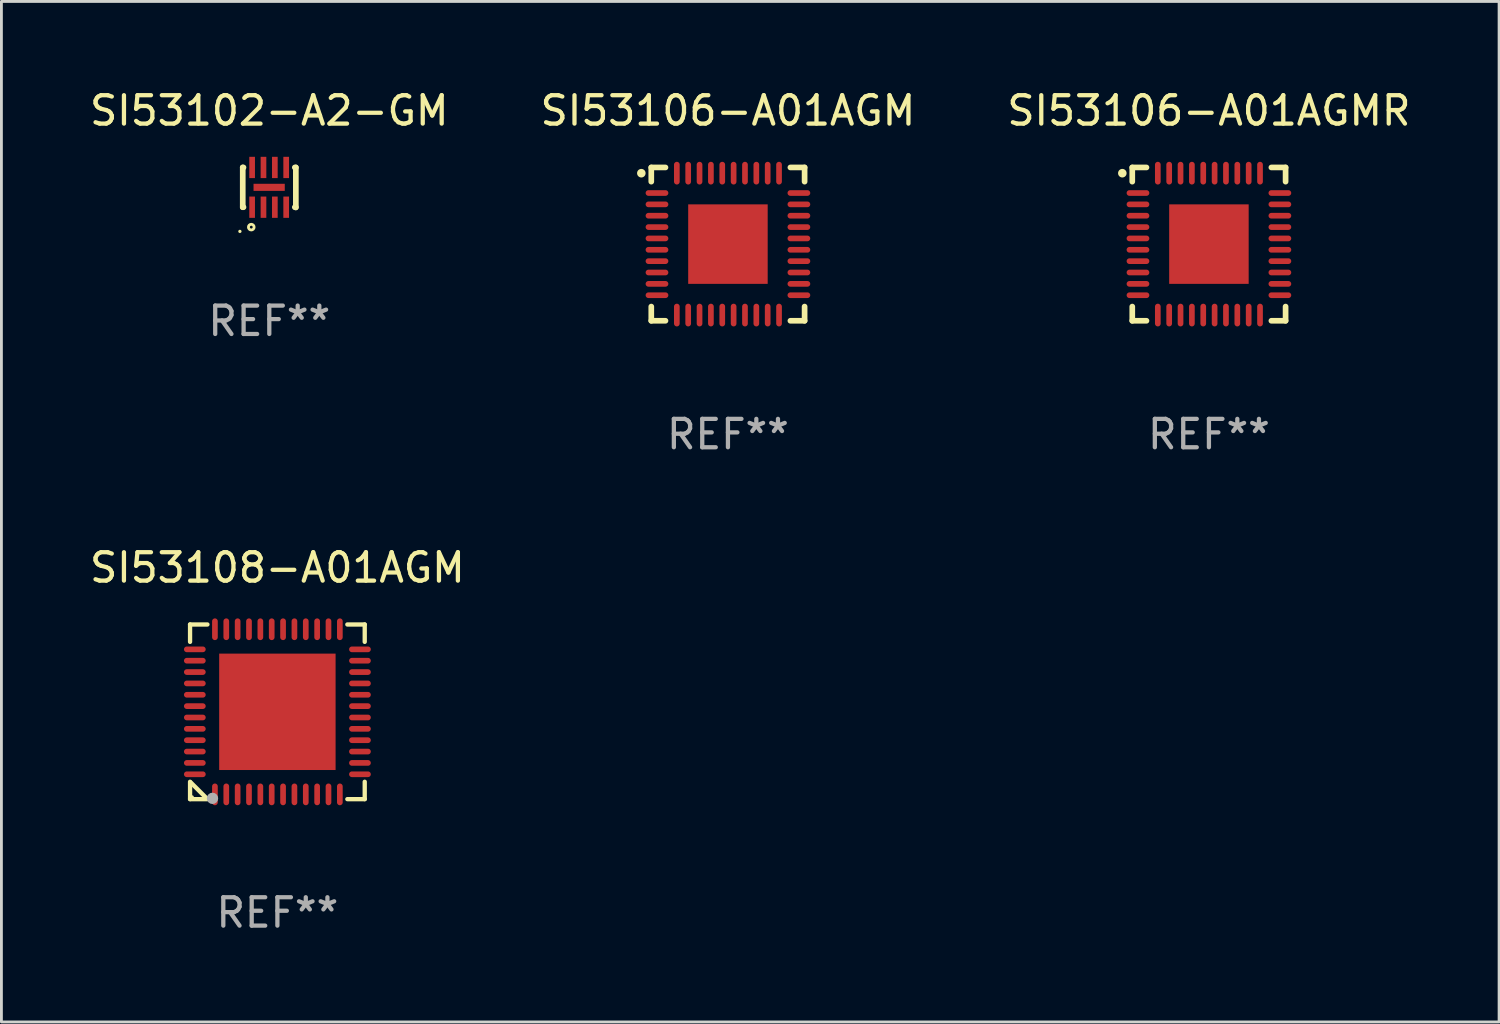
<source format=kicad_pcb>
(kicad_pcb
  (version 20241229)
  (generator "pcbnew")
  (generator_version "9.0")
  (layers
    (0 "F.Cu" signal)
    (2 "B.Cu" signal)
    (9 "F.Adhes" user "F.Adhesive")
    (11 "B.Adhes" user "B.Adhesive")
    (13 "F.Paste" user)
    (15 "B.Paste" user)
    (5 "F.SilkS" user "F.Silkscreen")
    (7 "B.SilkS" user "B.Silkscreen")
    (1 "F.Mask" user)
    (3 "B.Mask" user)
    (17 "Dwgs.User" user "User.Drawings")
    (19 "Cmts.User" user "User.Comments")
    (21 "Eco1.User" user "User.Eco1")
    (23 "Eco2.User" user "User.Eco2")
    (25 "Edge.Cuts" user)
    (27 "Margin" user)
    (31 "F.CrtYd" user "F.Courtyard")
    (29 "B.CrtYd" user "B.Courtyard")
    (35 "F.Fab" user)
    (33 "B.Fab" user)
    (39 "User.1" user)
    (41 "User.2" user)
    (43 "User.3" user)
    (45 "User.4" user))
  (footprint "SI53106-A01AGM"
    (layer "F.Cu")
    (at 22.589 5.548)
    (property "Reference" "SI53106-A01AGM" (at 0 -4.7 0) (layer "F.SilkS") (effects (font (size 1 1) (thickness 0.15))))
    (attr through_hole)
    (fp_line (start -2.7 -2.7) (end -2.2 -2.7) (stroke (width 0.2) (type solid)) (layer "F.SilkS"))
    (fp_line (start -2.7 -2.2) (end -2.7 -2.7) (stroke (width 0.2) (type solid)) (layer "F.SilkS"))
    (fp_line (start -2.7 2.7) (end -2.7 2.2) (stroke (width 0.2) (type solid)) (layer "F.SilkS"))
    (fp_line (start -2.2 2.7) (end -2.7 2.7) (stroke (width 0.2) (type solid)) (layer "F.SilkS"))
    (fp_line (start 2.2 2.7) (end 2.7 2.7) (stroke (width 0.2) (type solid)) (layer "F.SilkS"))
    (fp_line (start 2.7 -2.7) (end 2.2 -2.7) (stroke (width 0.2) (type solid)) (layer "F.SilkS"))
    (fp_line (start 2.7 -2.2) (end 2.7 -2.7) (stroke (width 0.2) (type solid)) (layer "F.SilkS"))
    (fp_line (start 2.7 2.7) (end 2.7 2.2) (stroke (width 0.2) (type solid)) (layer "F.SilkS"))
    (fp_arc (start -3.050546 -2.496825) (mid -3.050551 -2.498095) (end -3.050546 -2.499365) (stroke (width 0.3) (type solid)) (layer "F.SilkS"))
    (fp_text user "REF**" (at 0 6.7 0) (layer "F.Fab") (effects (font (size 1 1) (thickness 0.15))))
    (pad "1" smd oval (at -2.499 -1.8) (size 0.8 0.2) (layers "F.Cu" "F.Mask" "F.Paste"))
    (pad "2" smd oval (at -2.499 -1.4) (size 0.8 0.2) (layers "F.Cu" "F.Mask" "F.Paste"))
    (pad "3" smd oval (at -2.499 -1) (size 0.8 0.2) (layers "F.Cu" "F.Mask" "F.Paste"))
    (pad "4" smd oval (at -2.499 -0.6) (size 0.8 0.2) (layers "F.Cu" "F.Mask" "F.Paste"))
    (pad "5" smd oval (at -2.499 -0.2) (size 0.8 0.2) (layers "F.Cu" "F.Mask" "F.Paste"))
    (pad "6" smd oval (at -2.499 0.2) (size 0.8 0.2) (layers "F.Cu" "F.Mask" "F.Paste"))
    (pad "7" smd oval (at -2.499 0.6) (size 0.8 0.2) (layers "F.Cu" "F.Mask" "F.Paste"))
    (pad "8" smd oval (at -2.499 1) (size 0.8 0.2) (layers "F.Cu" "F.Mask" "F.Paste"))
    (pad "9" smd oval (at -2.499 1.4) (size 0.8 0.2) (layers "F.Cu" "F.Mask" "F.Paste"))
    (pad "10" smd oval (at -2.499 1.8) (size 0.8 0.2) (layers "F.Cu" "F.Mask" "F.Paste"))
    (pad "11" smd oval (at -1.8 2.499) (size 0.2 0.8) (layers "F.Cu" "F.Mask" "F.Paste"))
    (pad "12" smd oval (at -1.4 2.499) (size 0.2 0.8) (layers "F.Cu" "F.Mask" "F.Paste"))
    (pad "13" smd oval (at -1 2.499) (size 0.2 0.8) (layers "F.Cu" "F.Mask" "F.Paste"))
    (pad "14" smd oval (at -0.6 2.499) (size 0.2 0.8) (layers "F.Cu" "F.Mask" "F.Paste"))
    (pad "15" smd oval (at -0.2 2.499) (size 0.2 0.8) (layers "F.Cu" "F.Mask" "F.Paste"))
    (pad "16" smd oval (at 0.2 2.499) (size 0.2 0.8) (layers "F.Cu" "F.Mask" "F.Paste"))
    (pad "17" smd oval (at 0.6 2.499) (size 0.2 0.8) (layers "F.Cu" "F.Mask" "F.Paste"))
    (pad "18" smd oval (at 1 2.499) (size 0.2 0.8) (layers "F.Cu" "F.Mask" "F.Paste"))
    (pad "19" smd oval (at 1.4 2.499) (size 0.2 0.8) (layers "F.Cu" "F.Mask" "F.Paste"))
    (pad "20" smd oval (at 1.8 2.499) (size 0.2 0.8) (layers "F.Cu" "F.Mask" "F.Paste"))
    (pad "21" smd oval (at 2.499 1.8) (size 0.8 0.2) (layers "F.Cu" "F.Mask" "F.Paste"))
    (pad "22" smd oval (at 2.499 1.4) (size 0.8 0.2) (layers "F.Cu" "F.Mask" "F.Paste"))
    (pad "23" smd oval (at 2.499 1) (size 0.8 0.2) (layers "F.Cu" "F.Mask" "F.Paste"))
    (pad "24" smd oval (at 2.499 0.6) (size 0.8 0.2) (layers "F.Cu" "F.Mask" "F.Paste"))
    (pad "25" smd oval (at 2.499 0.2) (size 0.8 0.2) (layers "F.Cu" "F.Mask" "F.Paste"))
    (pad "26" smd oval (at 2.499 -0.2) (size 0.8 0.2) (layers "F.Cu" "F.Mask" "F.Paste"))
    (pad "27" smd oval (at 2.499 -0.6) (size 0.8 0.2) (layers "F.Cu" "F.Mask" "F.Paste"))
    (pad "28" smd oval (at 2.499 -1) (size 0.8 0.2) (layers "F.Cu" "F.Mask" "F.Paste"))
    (pad "29" smd oval (at 2.499 -1.4) (size 0.8 0.2) (layers "F.Cu" "F.Mask" "F.Paste"))
    (pad "30" smd oval (at 2.499 -1.8) (size 0.8 0.2) (layers "F.Cu" "F.Mask" "F.Paste"))
    (pad "31" smd oval (at 1.8 -2.499) (size 0.2 0.8) (layers "F.Cu" "F.Mask" "F.Paste"))
    (pad "32" smd oval (at 1.4 -2.499) (size 0.2 0.8) (layers "F.Cu" "F.Mask" "F.Paste"))
    (pad "33" smd oval (at 1 -2.499) (size 0.2 0.8) (layers "F.Cu" "F.Mask" "F.Paste"))
    (pad "34" smd oval (at 0.6 -2.499) (size 0.2 0.8) (layers "F.Cu" "F.Mask" "F.Paste"))
    (pad "35" smd oval (at 0.2 -2.499) (size 0.2 0.8) (layers "F.Cu" "F.Mask" "F.Paste"))
    (pad "36" smd oval (at -0.2 -2.499) (size 0.2 0.8) (layers "F.Cu" "F.Mask" "F.Paste"))
    (pad "37" smd oval (at -0.6 -2.499) (size 0.2 0.8) (layers "F.Cu" "F.Mask" "F.Paste"))
    (pad "38" smd oval (at -1 -2.499) (size 0.2 0.8) (layers "F.Cu" "F.Mask" "F.Paste"))
    (pad "39" smd oval (at -1.4 -2.499) (size 0.2 0.8) (layers "F.Cu" "F.Mask" "F.Paste"))
    (pad "40" smd oval (at -1.8 -2.499) (size 0.2 0.8) (layers "F.Cu" "F.Mask" "F.Paste"))
    (pad "41" smd rect (at 0 -0.000102 270) (size 2.8 2.8) (layers "F.Cu" "F.Mask" "F.Paste")))
  (footprint "SI53102-A2-GM"
    (layer "F.Cu")
    (at 6.435 3.553)
    (property "Reference" "SI53102-A2-GM" (at 0 -2.705 0) (layer "F.SilkS") (effects (font (size 1 1) (thickness 0.15))))
    (attr through_hole)
    (fp_line (start -0.935 -0.705) (end -0.935 0.695) (stroke (width 0.2) (type solid)) (layer "F.SilkS"))
    (fp_line (start -0.935 -0.705) (end -0.909 -0.705) (stroke (width 0.2) (type solid)) (layer "F.SilkS"))
    (fp_line (start -0.935 0.695) (end -0.909 0.695) (stroke (width 0.2) (type solid)) (layer "F.SilkS"))
    (fp_line (start 0.899 -0.705) (end 0.935 -0.705) (stroke (width 0.2) (type solid)) (layer "F.SilkS"))
    (fp_line (start 0.899 0.695) (end 0.935 0.695) (stroke (width 0.2) (type solid)) (layer "F.SilkS"))
    (fp_line (start 0.935 -0.705) (end 0.935 0.705) (stroke (width 0.2) (type solid)) (layer "F.SilkS"))
    (fp_circle (center -1.035 1.547) (end -1.005 1.547) (stroke (width 0.06) (type solid)) (fill no) (layer "F.SilkS"))
    (fp_circle (center -0.635 1.397) (end -0.535 1.397) (stroke (width 0.1) (type solid)) (fill no) (layer "F.SilkS"))
    (fp_text user "REF**" (at 0 4.705 0) (layer "F.Fab") (effects (font (size 1 1) (thickness 0.15))))
    (pad "1" smd rect (at -0.605 0.695 90) (size 0.75 0.2) (layers "F.Cu" "F.Mask" "F.Paste"))
    (pad "2" smd rect (at -0.205 0.695 90) (size 0.75 0.2) (layers "F.Cu" "F.Mask" "F.Paste"))
    (pad "3" smd rect (at 0.195 0.695 90) (size 0.75 0.2) (layers "F.Cu" "F.Mask" "F.Paste"))
    (pad "4" smd rect (at 0.595 0.695 90) (size 0.75 0.2) (layers "F.Cu" "F.Mask" "F.Paste"))
    (pad "5" smd rect (at 0.595 -0.705 90) (size 0.75 0.2) (layers "F.Cu" "F.Mask" "F.Paste"))
    (pad "6" smd rect (at 0.195 -0.705 90) (size 0.75 0.2) (layers "F.Cu" "F.Mask" "F.Paste"))
    (pad "7" smd rect (at -0.205 -0.705 90) (size 0.75 0.2) (layers "F.Cu" "F.Mask" "F.Paste"))
    (pad "8" smd rect (at -0.605 -0.705 90) (size 0.75 0.2) (layers "F.Cu" "F.Mask" "F.Paste"))
    (pad "9" smd rect (at -0.005 -0.005 90) (size 0.25 1.1) (layers "F.Cu" "F.Mask" "F.Paste")))
  (footprint "SI53106-A01AGMR"
    (layer "F.Cu")
    (at 39.53 5.548)
    (property "Reference" "SI53106-A01AGMR" (at 0 -4.7 0) (layer "F.SilkS") (effects (font (size 1 1) (thickness 0.15))))
    (attr through_hole)
    (fp_line (start -2.7 -2.7) (end -2.2 -2.7) (stroke (width 0.2) (type solid)) (layer "F.SilkS"))
    (fp_line (start -2.7 -2.2) (end -2.7 -2.7) (stroke (width 0.2) (type solid)) (layer "F.SilkS"))
    (fp_line (start -2.7 2.7) (end -2.7 2.2) (stroke (width 0.2) (type solid)) (layer "F.SilkS"))
    (fp_line (start -2.2 2.7) (end -2.7 2.7) (stroke (width 0.2) (type solid)) (layer "F.SilkS"))
    (fp_line (start 2.2 2.7) (end 2.7 2.7) (stroke (width 0.2) (type solid)) (layer "F.SilkS"))
    (fp_line (start 2.7 -2.7) (end 2.2 -2.7) (stroke (width 0.2) (type solid)) (layer "F.SilkS"))
    (fp_line (start 2.7 -2.2) (end 2.7 -2.7) (stroke (width 0.2) (type solid)) (layer "F.SilkS"))
    (fp_line (start 2.7 2.7) (end 2.7 2.2) (stroke (width 0.2) (type solid)) (layer "F.SilkS"))
    (fp_arc (start -3.050546 -2.496825) (mid -3.050551 -2.498095) (end -3.050546 -2.499365) (stroke (width 0.3) (type solid)) (layer "F.SilkS"))
    (fp_text user "REF**" (at 0 6.7 0) (layer "F.Fab") (effects (font (size 1 1) (thickness 0.15))))
    (pad "1" smd oval (at -2.499 -1.8) (size 0.8 0.2) (layers "F.Cu" "F.Mask" "F.Paste"))
    (pad "2" smd oval (at -2.499 -1.4) (size 0.8 0.2) (layers "F.Cu" "F.Mask" "F.Paste"))
    (pad "3" smd oval (at -2.499 -1) (size 0.8 0.2) (layers "F.Cu" "F.Mask" "F.Paste"))
    (pad "4" smd oval (at -2.499 -0.6) (size 0.8 0.2) (layers "F.Cu" "F.Mask" "F.Paste"))
    (pad "5" smd oval (at -2.499 -0.2) (size 0.8 0.2) (layers "F.Cu" "F.Mask" "F.Paste"))
    (pad "6" smd oval (at -2.499 0.2) (size 0.8 0.2) (layers "F.Cu" "F.Mask" "F.Paste"))
    (pad "7" smd oval (at -2.499 0.6) (size 0.8 0.2) (layers "F.Cu" "F.Mask" "F.Paste"))
    (pad "8" smd oval (at -2.499 1) (size 0.8 0.2) (layers "F.Cu" "F.Mask" "F.Paste"))
    (pad "9" smd oval (at -2.499 1.4) (size 0.8 0.2) (layers "F.Cu" "F.Mask" "F.Paste"))
    (pad "10" smd oval (at -2.499 1.8) (size 0.8 0.2) (layers "F.Cu" "F.Mask" "F.Paste"))
    (pad "11" smd oval (at -1.8 2.499) (size 0.2 0.8) (layers "F.Cu" "F.Mask" "F.Paste"))
    (pad "12" smd oval (at -1.4 2.499) (size 0.2 0.8) (layers "F.Cu" "F.Mask" "F.Paste"))
    (pad "13" smd oval (at -1 2.499) (size 0.2 0.8) (layers "F.Cu" "F.Mask" "F.Paste"))
    (pad "14" smd oval (at -0.6 2.499) (size 0.2 0.8) (layers "F.Cu" "F.Mask" "F.Paste"))
    (pad "15" smd oval (at -0.2 2.499) (size 0.2 0.8) (layers "F.Cu" "F.Mask" "F.Paste"))
    (pad "16" smd oval (at 0.2 2.499) (size 0.2 0.8) (layers "F.Cu" "F.Mask" "F.Paste"))
    (pad "17" smd oval (at 0.6 2.499) (size 0.2 0.8) (layers "F.Cu" "F.Mask" "F.Paste"))
    (pad "18" smd oval (at 1 2.499) (size 0.2 0.8) (layers "F.Cu" "F.Mask" "F.Paste"))
    (pad "19" smd oval (at 1.4 2.499) (size 0.2 0.8) (layers "F.Cu" "F.Mask" "F.Paste"))
    (pad "20" smd oval (at 1.8 2.499) (size 0.2 0.8) (layers "F.Cu" "F.Mask" "F.Paste"))
    (pad "21" smd oval (at 2.499 1.8) (size 0.8 0.2) (layers "F.Cu" "F.Mask" "F.Paste"))
    (pad "22" smd oval (at 2.499 1.4) (size 0.8 0.2) (layers "F.Cu" "F.Mask" "F.Paste"))
    (pad "23" smd oval (at 2.499 1) (size 0.8 0.2) (layers "F.Cu" "F.Mask" "F.Paste"))
    (pad "24" smd oval (at 2.499 0.6) (size 0.8 0.2) (layers "F.Cu" "F.Mask" "F.Paste"))
    (pad "25" smd oval (at 2.499 0.2) (size 0.8 0.2) (layers "F.Cu" "F.Mask" "F.Paste"))
    (pad "26" smd oval (at 2.499 -0.2) (size 0.8 0.2) (layers "F.Cu" "F.Mask" "F.Paste"))
    (pad "27" smd oval (at 2.499 -0.6) (size 0.8 0.2) (layers "F.Cu" "F.Mask" "F.Paste"))
    (pad "28" smd oval (at 2.499 -1) (size 0.8 0.2) (layers "F.Cu" "F.Mask" "F.Paste"))
    (pad "29" smd oval (at 2.499 -1.4) (size 0.8 0.2) (layers "F.Cu" "F.Mask" "F.Paste"))
    (pad "30" smd oval (at 2.499 -1.8) (size 0.8 0.2) (layers "F.Cu" "F.Mask" "F.Paste"))
    (pad "31" smd oval (at 1.8 -2.499) (size 0.2 0.8) (layers "F.Cu" "F.Mask" "F.Paste"))
    (pad "32" smd oval (at 1.4 -2.499) (size 0.2 0.8) (layers "F.Cu" "F.Mask" "F.Paste"))
    (pad "33" smd oval (at 1 -2.499) (size 0.2 0.8) (layers "F.Cu" "F.Mask" "F.Paste"))
    (pad "34" smd oval (at 0.6 -2.499) (size 0.2 0.8) (layers "F.Cu" "F.Mask" "F.Paste"))
    (pad "35" smd oval (at 0.2 -2.499) (size 0.2 0.8) (layers "F.Cu" "F.Mask" "F.Paste"))
    (pad "36" smd oval (at -0.2 -2.499) (size 0.2 0.8) (layers "F.Cu" "F.Mask" "F.Paste"))
    (pad "37" smd oval (at -0.6 -2.499) (size 0.2 0.8) (layers "F.Cu" "F.Mask" "F.Paste"))
    (pad "38" smd oval (at -1 -2.499) (size 0.2 0.8) (layers "F.Cu" "F.Mask" "F.Paste"))
    (pad "39" smd oval (at -1.4 -2.499) (size 0.2 0.8) (layers "F.Cu" "F.Mask" "F.Paste"))
    (pad "40" smd oval (at -1.8 -2.499) (size 0.2 0.8) (layers "F.Cu" "F.Mask" "F.Paste"))
    (pad "41" smd rect (at 0 -0.000102 270) (size 2.8 2.8) (layers "F.Cu" "F.Mask" "F.Paste")))
  (footprint "SI53108-A01AGM"
    (layer "F.Cu")
    (at 6.72 22.021)
    (property "Reference" "SI53108-A01AGM" (at 0 -5.076 0) (layer "F.SilkS") (effects (font (size 1 1) (thickness 0.15))))
    (attr through_hole)
    (fp_line (start -3.076 -3.076) (end -3.076 -2.464) (stroke (width 0.152) (type solid)) (layer "F.SilkS"))
    (fp_line (start -3.076 3.076) (end -3.076 2.464) (stroke (width 0.152) (type solid)) (layer "F.SilkS"))
    (fp_line (start -3.049 2.491) (end -2.491 3.049) (stroke (width 0.152) (type solid)) (layer "F.SilkS"))
    (fp_line (start -2.464 -3.076) (end -3.076 -3.076) (stroke (width 0.152) (type solid)) (layer "F.SilkS"))
    (fp_line (start -2.464 3.076) (end -3.076 3.076) (stroke (width 0.152) (type solid)) (layer "F.SilkS"))
    (fp_line (start 2.464 -3.076) (end 3.076 -3.076) (stroke (width 0.152) (type solid)) (layer "F.SilkS"))
    (fp_line (start 2.464 3.076) (end 3.076 3.076) (stroke (width 0.152) (type solid)) (layer "F.SilkS"))
    (fp_line (start 3.076 -3.076) (end 3.076 -2.464) (stroke (width 0.152) (type solid)) (layer "F.SilkS"))
    (fp_line (start 3.076 3.076) (end 3.076 2.464) (stroke (width 0.152) (type solid)) (layer "F.SilkS"))
    (fp_circle (center -3 3) (end -2.97 3) (stroke (width 0.06) (type solid)) (fill no) (layer "F.SilkS"))
    (fp_circle (center -2.286 3.048) (end -2.186 3.048) (stroke (width 0.2) (type solid)) (fill no) (layer "F.Fab"))
    (fp_text user "REF**" (at 0 7.076 0) (layer "F.Fab") (effects (font (size 1 1) (thickness 0.15))))
    (pad "1" smd oval (at -2.2 2.908 90) (size 0.765 0.2) (layers "F.Cu" "F.Mask" "F.Paste"))
    (pad "2" smd oval (at -1.8 2.908 90) (size 0.765 0.2) (layers "F.Cu" "F.Mask" "F.Paste"))
    (pad "3" smd oval (at -1.4 2.908 90) (size 0.765 0.2) (layers "F.Cu" "F.Mask" "F.Paste"))
    (pad "4" smd oval (at -1 2.908 90) (size 0.765 0.2) (layers "F.Cu" "F.Mask" "F.Paste"))
    (pad "5" smd oval (at -0.6 2.908 90) (size 0.765 0.2) (layers "F.Cu" "F.Mask" "F.Paste"))
    (pad "6" smd oval (at -0.2 2.908 90) (size 0.765 0.2) (layers "F.Cu" "F.Mask" "F.Paste"))
    (pad "7" smd oval (at 0.2 2.908 90) (size 0.765 0.2) (layers "F.Cu" "F.Mask" "F.Paste"))
    (pad "8" smd oval (at 0.6 2.908 90) (size 0.765 0.2) (layers "F.Cu" "F.Mask" "F.Paste"))
    (pad "9" smd oval (at 1 2.908 90) (size 0.765 0.2) (layers "F.Cu" "F.Mask" "F.Paste"))
    (pad "10" smd oval (at 1.4 2.908 90) (size 0.765 0.2) (layers "F.Cu" "F.Mask" "F.Paste"))
    (pad "11" smd oval (at 1.8 2.908 90) (size 0.765 0.2) (layers "F.Cu" "F.Mask" "F.Paste"))
    (pad "12" smd oval (at 2.2 2.908 90) (size 0.765 0.2) (layers "F.Cu" "F.Mask" "F.Paste"))
    (pad "13" smd oval (at 2.908 2.2 90) (size 0.2 0.765) (layers "F.Cu" "F.Mask" "F.Paste"))
    (pad "14" smd oval (at 2.908 1.8 90) (size 0.2 0.765) (layers "F.Cu" "F.Mask" "F.Paste"))
    (pad "15" smd oval (at 2.908 1.4 90) (size 0.2 0.765) (layers "F.Cu" "F.Mask" "F.Paste"))
    (pad "16" smd oval (at 2.908 1 90) (size 0.2 0.765) (layers "F.Cu" "F.Mask" "F.Paste"))
    (pad "17" smd oval (at 2.908 0.6 90) (size 0.2 0.765) (layers "F.Cu" "F.Mask" "F.Paste"))
    (pad "18" smd oval (at 2.908 0.2 90) (size 0.2 0.765) (layers "F.Cu" "F.Mask" "F.Paste"))
    (pad "19" smd oval (at 2.908 -0.2 90) (size 0.2 0.765) (layers "F.Cu" "F.Mask" "F.Paste"))
    (pad "20" smd oval (at 2.908 -0.6 90) (size 0.2 0.765) (layers "F.Cu" "F.Mask" "F.Paste"))
    (pad "21" smd oval (at 2.908 -1 90) (size 0.2 0.765) (layers "F.Cu" "F.Mask" "F.Paste"))
    (pad "22" smd oval (at 2.908 -1.4 90) (size 0.2 0.765) (layers "F.Cu" "F.Mask" "F.Paste"))
    (pad "23" smd oval (at 2.908 -1.8 90) (size 0.2 0.765) (layers "F.Cu" "F.Mask" "F.Paste"))
    (pad "24" smd oval (at 2.908 -2.2 90) (size 0.2 0.765) (layers "F.Cu" "F.Mask" "F.Paste"))
    (pad "25" smd oval (at 2.2 -2.908 90) (size 0.765 0.2) (layers "F.Cu" "F.Mask" "F.Paste"))
    (pad "26" smd oval (at 1.8 -2.908 90) (size 0.765 0.2) (layers "F.Cu" "F.Mask" "F.Paste"))
    (pad "27" smd oval (at 1.4 -2.908 90) (size 0.765 0.2) (layers "F.Cu" "F.Mask" "F.Paste"))
    (pad "28" smd oval (at 1 -2.908 90) (size 0.765 0.2) (layers "F.Cu" "F.Mask" "F.Paste"))
    (pad "29" smd oval (at 0.6 -2.908 90) (size 0.765 0.2) (layers "F.Cu" "F.Mask" "F.Paste"))
    (pad "30" smd oval (at 0.2 -2.908 90) (size 0.765 0.2) (layers "F.Cu" "F.Mask" "F.Paste"))
    (pad "31" smd oval (at -0.2 -2.908 90) (size 0.765 0.2) (layers "F.Cu" "F.Mask" "F.Paste"))
    (pad "32" smd oval (at -0.6 -2.908 90) (size 0.765 0.2) (layers "F.Cu" "F.Mask" "F.Paste"))
    (pad "33" smd oval (at -1 -2.908 90) (size 0.765 0.2) (layers "F.Cu" "F.Mask" "F.Paste"))
    (pad "34" smd oval (at -1.4 -2.908 90) (size 0.765 0.2) (layers "F.Cu" "F.Mask" "F.Paste"))
    (pad "35" smd oval (at -1.8 -2.908 90) (size 0.765 0.2) (layers "F.Cu" "F.Mask" "F.Paste"))
    (pad "36" smd oval (at -2.2 -2.908 90) (size 0.765 0.2) (layers "F.Cu" "F.Mask" "F.Paste"))
    (pad "37" smd oval (at -2.908 -2.2 90) (size 0.2 0.765) (layers "F.Cu" "F.Mask" "F.Paste"))
    (pad "38" smd oval (at -2.908 -1.8 90) (size 0.2 0.765) (layers "F.Cu" "F.Mask" "F.Paste"))
    (pad "39" smd oval (at -2.908 -1.4 90) (size 0.2 0.765) (layers "F.Cu" "F.Mask" "F.Paste"))
    (pad "40" smd oval (at -2.908 -1 90) (size 0.2 0.765) (layers "F.Cu" "F.Mask" "F.Paste"))
    (pad "41" smd oval (at -2.908 -0.6 90) (size 0.2 0.765) (layers "F.Cu" "F.Mask" "F.Paste"))
    (pad "42" smd oval (at -2.908 -0.2 90) (size 0.2 0.765) (layers "F.Cu" "F.Mask" "F.Paste"))
    (pad "43" smd oval (at -2.908 0.2 90) (size 0.2 0.765) (layers "F.Cu" "F.Mask" "F.Paste"))
    (pad "44" smd oval (at -2.908 0.6 90) (size 0.2 0.765) (layers "F.Cu" "F.Mask" "F.Paste"))
    (pad "45" smd oval (at -2.908 1 90) (size 0.2 0.765) (layers "F.Cu" "F.Mask" "F.Paste"))
    (pad "46" smd oval (at -2.908 1.4 90) (size 0.2 0.765) (layers "F.Cu" "F.Mask" "F.Paste"))
    (pad "47" smd oval (at -2.908 1.8 90) (size 0.2 0.765) (layers "F.Cu" "F.Mask" "F.Paste"))
    (pad "48" smd oval (at -2.908 2.2 90) (size 0.2 0.765) (layers "F.Cu" "F.Mask" "F.Paste"))
    (pad "49" smd rect (at 0 0 90) (size 4.1 4.1) (layers "F.Cu" "F.Mask" "F.Paste")))
  (gr_rect
    (start -3 -3)
    (end 49.75 32.945)
    (stroke (width 0.1) (type default))
    (fill no)
    (layer "Edge.Cuts")))
</source>
